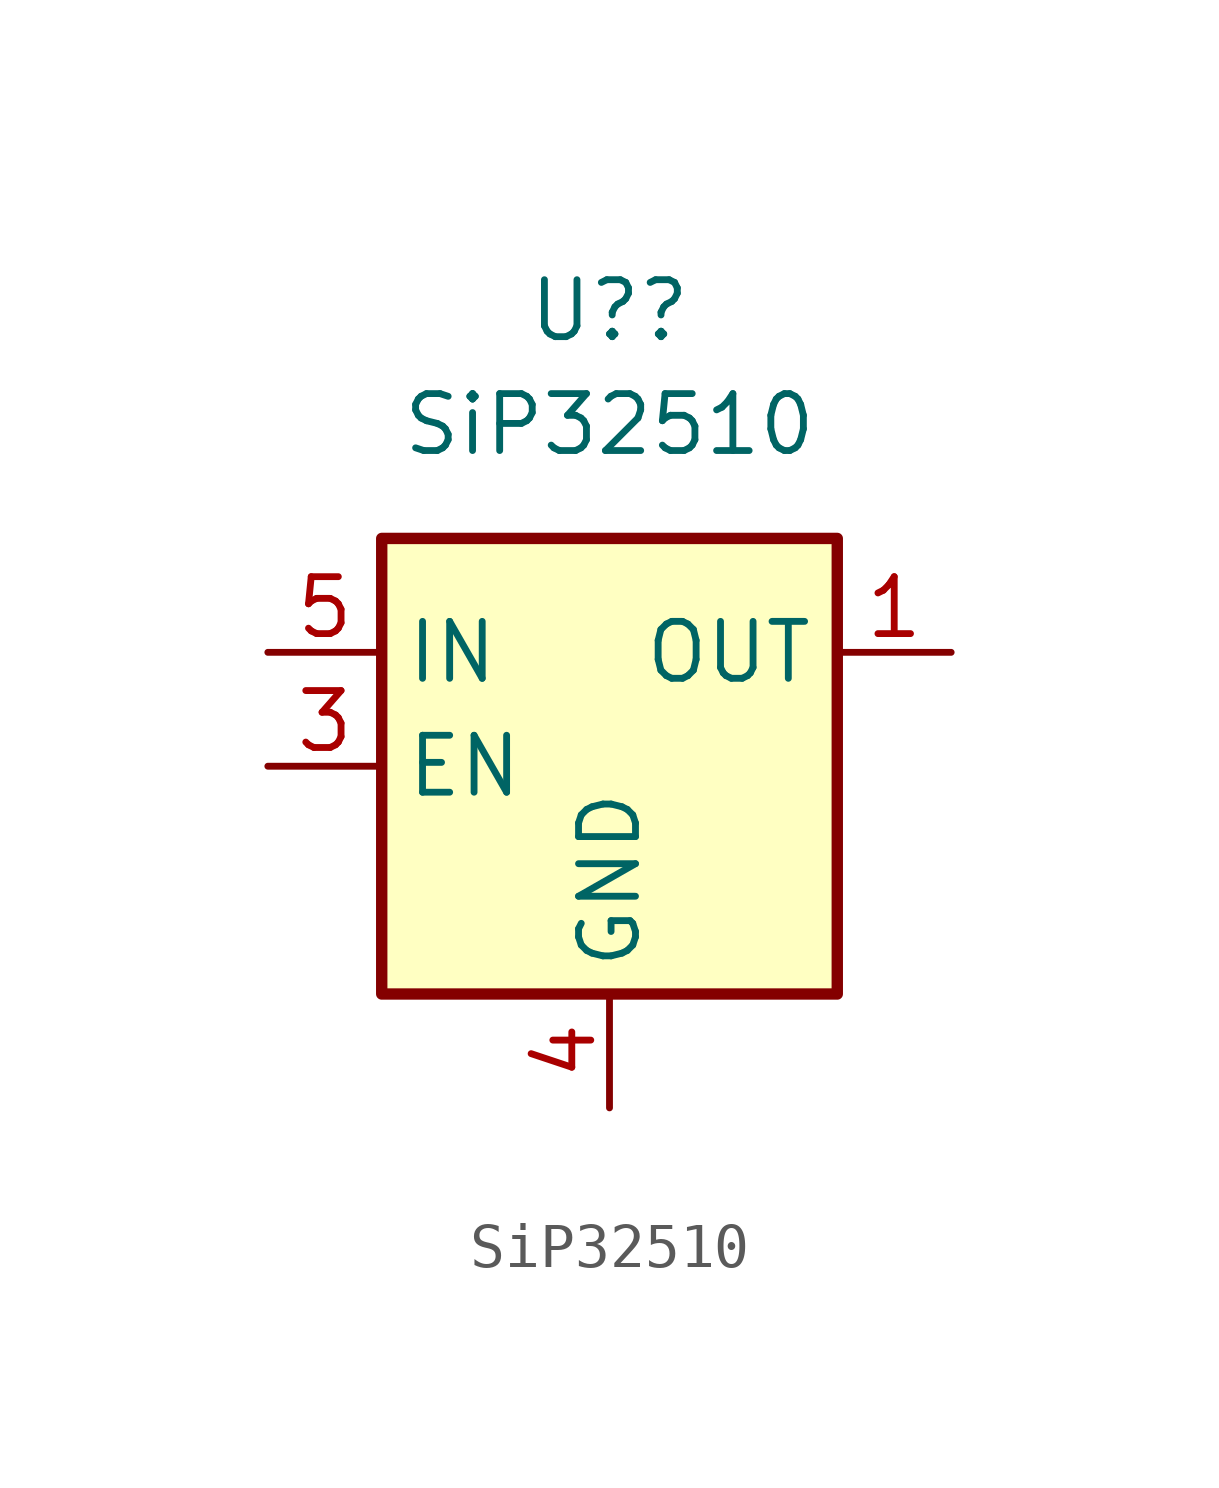
<source format=kicad_sym>
(kicad_symbol_lib
  (version 20231120)
  (generator "kicad_symbol_editor")
  (generator_version "8.0")
  (symbol "SiP32510"
    (property "Reference" "U?"
      (at 0 10.16 0)
      (effects (font (size 1.27 1.27))))
    (property "Value" "SiP32510"
      (at 0 7.62 0)
      (effects (font (size 1.27 1.27))))
    (symbol "SiP32510_0_1"
      (rectangle (start -5.08 5.08) (end 5.08 -5.08) (stroke (width 0.254) (type default)) (fill (type background))))
    (symbol "SiP32510_1_1"
      (pin power_out line (at 7.62 2.54 180) (length 2.54) (name "OUT" (effects (font (size 1.27 1.27)))) (number "1" (effects (font (size 1.27 1.27)))))
      (pin passive line (at 7.62 2.54 180) (length 2.54) hide (name "OUT" (effects (font (size 1.27 1.27)))) (number "2" (effects (font (size 1.27 1.27)))))
      (pin input line (at -7.62 0 0) (length 2.54) (name "EN" (effects (font (size 1.27 1.27)))) (number "3" (effects (font (size 1.27 1.27)))))
      (pin power_in line (at 0 -7.62 90) (length 2.54) (name "GND" (effects (font (size 1.27 1.27)))) (number "4" (effects (font (size 1.27 1.27)))))
      (pin passive line (at -7.62 2.54 0) (length 2.54) (name "IN" (effects (font (size 1.27 1.27)))) (number "5" (effects (font (size 1.27 1.27)))))
      (pin passive line (at -7.62 2.54 0) (length 2.54) hide (name "IN" (effects (font (size 1.27 1.27)))) (number "6" (effects (font (size 1.27 1.27)))))
      (pin no_connect line (at 5.08 0 180) (length 2.54) hide (name "NC" (effects (font (size 1.27 1.27)))) (number "6" (effects (font (size 1.27 1.27))))))))
</source>
